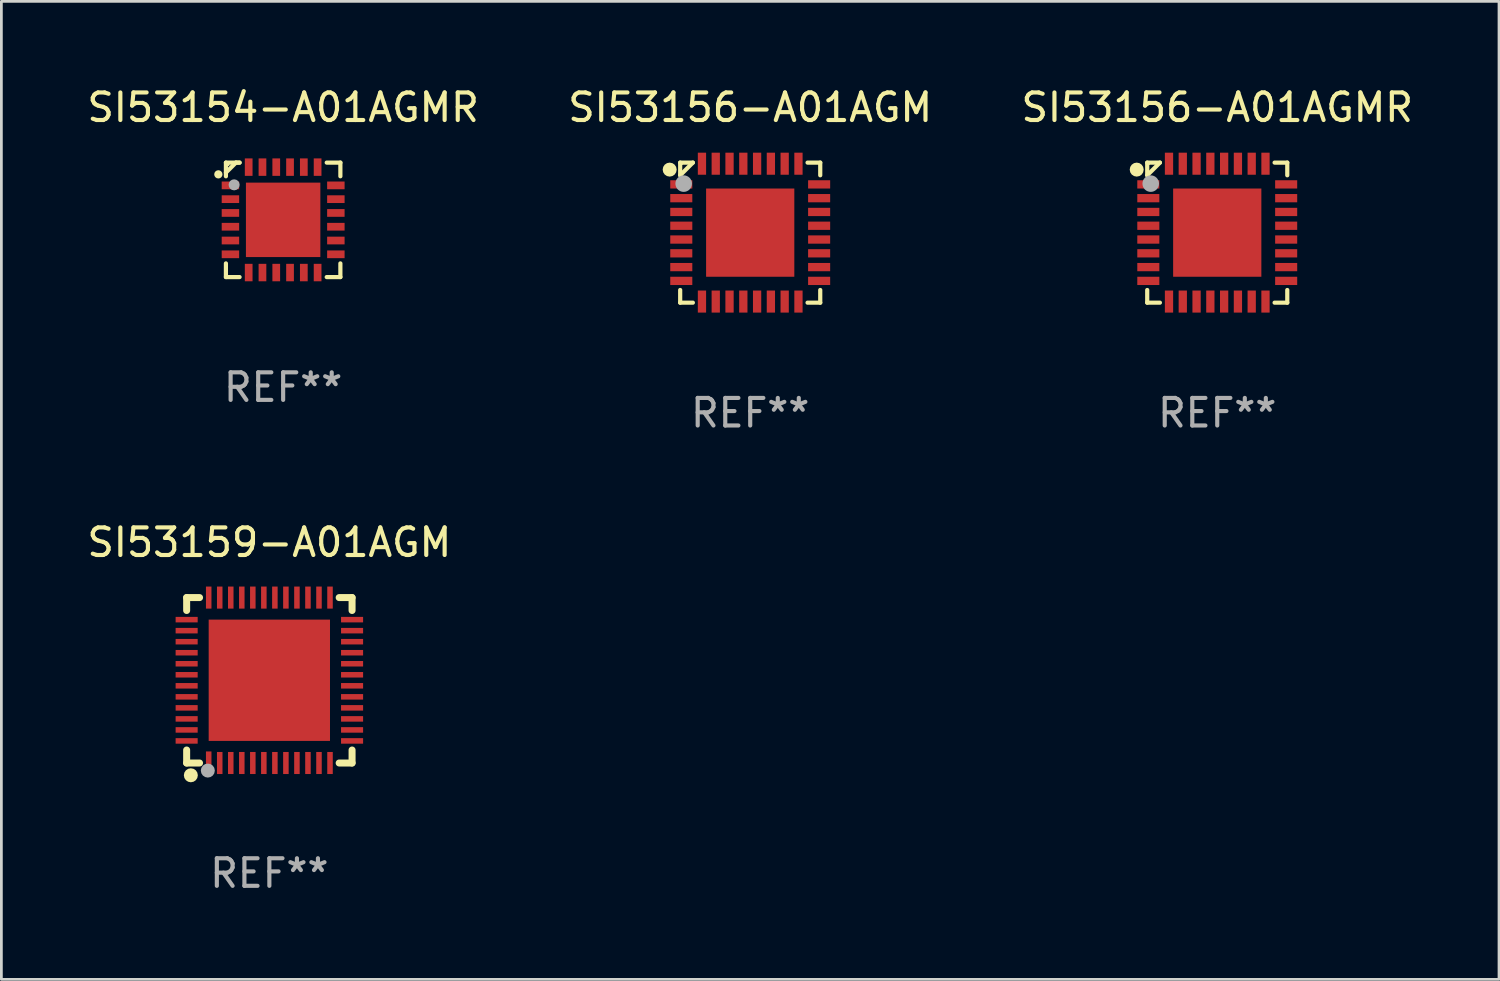
<source format=kicad_pcb>
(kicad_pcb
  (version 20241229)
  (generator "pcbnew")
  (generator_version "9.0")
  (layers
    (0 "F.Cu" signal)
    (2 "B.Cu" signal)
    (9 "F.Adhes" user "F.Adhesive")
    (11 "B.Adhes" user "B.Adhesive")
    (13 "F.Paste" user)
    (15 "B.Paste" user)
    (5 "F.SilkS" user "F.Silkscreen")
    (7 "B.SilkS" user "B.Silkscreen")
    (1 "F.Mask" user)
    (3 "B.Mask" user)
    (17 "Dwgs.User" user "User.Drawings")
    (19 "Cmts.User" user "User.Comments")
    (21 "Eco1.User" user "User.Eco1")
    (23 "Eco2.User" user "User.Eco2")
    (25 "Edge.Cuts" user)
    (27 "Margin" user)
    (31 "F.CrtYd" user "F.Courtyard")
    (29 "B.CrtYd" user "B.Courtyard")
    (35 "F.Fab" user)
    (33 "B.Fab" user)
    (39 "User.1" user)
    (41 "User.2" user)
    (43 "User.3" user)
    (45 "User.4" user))
  (footprint "SI53159-A01AGM"
    (layer "F.Cu")
    (at 6.72 21.625)
    (property "Reference" "SI53159-A01AGM" (at 0 -5 0) (layer "F.SilkS") (effects (font (size 1 1) (thickness 0.15))))
    (attr through_hole)
    (fp_line (start -3 -3) (end -2.532 -3) (stroke (width 0.254) (type solid)) (layer "F.SilkS"))
    (fp_line (start -3 -2.532) (end -3 -3) (stroke (width 0.254) (type solid)) (layer "F.SilkS"))
    (fp_line (start -3 3) (end -3 2.529) (stroke (width 0.254) (type solid)) (layer "F.SilkS"))
    (fp_line (start -2.532 3) (end -3 3) (stroke (width 0.254) (type solid)) (layer "F.SilkS"))
    (fp_line (start 2.532 -3) (end 3 -3) (stroke (width 0.254) (type solid)) (layer "F.SilkS"))
    (fp_line (start 3 -3) (end 3 -2.532) (stroke (width 0.254) (type solid)) (layer "F.SilkS"))
    (fp_line (start 3 2.529) (end 3 3) (stroke (width 0.254) (type solid)) (layer "F.SilkS"))
    (fp_line (start 3 3) (end 2.532 3) (stroke (width 0.254) (type solid)) (layer "F.SilkS"))
    (fp_circle (center -3 3) (end -2.97 3) (stroke (width 0.06) (type solid)) (fill no) (layer "F.SilkS"))
    (fp_circle (center -2.848 3.445) (end -2.721 3.445) (stroke (width 0.254) (type solid)) (fill no) (layer "F.SilkS"))
    (fp_circle (center -2.232 3.275) (end -2.105 3.275) (stroke (width 0.254) (type solid)) (fill no) (layer "F.Fab"))
    (fp_text user "REF**" (at 0 7 0) (layer "F.Fab") (effects (font (size 1 1) (thickness 0.15))))
    (pad "1" smd rect (at -2.2 2.981) (size 0.2 0.8) (layers "F.Cu" "F.Mask" "F.Paste"))
    (pad "2" smd rect (at -1.8 3) (size 0.2 0.8) (layers "F.Cu" "F.Mask" "F.Paste"))
    (pad "3" smd rect (at -1.4 3) (size 0.2 0.8) (layers "F.Cu" "F.Mask" "F.Paste"))
    (pad "4" smd rect (at -1 3) (size 0.2 0.8) (layers "F.Cu" "F.Mask" "F.Paste"))
    (pad "5" smd rect (at -0.6 3) (size 0.2 0.8) (layers "F.Cu" "F.Mask" "F.Paste"))
    (pad "6" smd rect (at -0.2 3) (size 0.2 0.8) (layers "F.Cu" "F.Mask" "F.Paste"))
    (pad "7" smd rect (at 0.2 3) (size 0.2 0.8) (layers "F.Cu" "F.Mask" "F.Paste"))
    (pad "8" smd rect (at 0.6 3) (size 0.2 0.8) (layers "F.Cu" "F.Mask" "F.Paste"))
    (pad "9" smd rect (at 1 3) (size 0.2 0.8) (layers "F.Cu" "F.Mask" "F.Paste"))
    (pad "10" smd rect (at 1.4 3) (size 0.2 0.8) (layers "F.Cu" "F.Mask" "F.Paste"))
    (pad "11" smd rect (at 1.8 3) (size 0.2 0.8) (layers "F.Cu" "F.Mask" "F.Paste"))
    (pad "12" smd rect (at 2.2 3) (size 0.2 0.8) (layers "F.Cu" "F.Mask" "F.Paste"))
    (pad "13" smd rect (at 3 2.199) (size 0.8 0.2) (layers "F.Cu" "F.Mask" "F.Paste"))
    (pad "14" smd rect (at 3 1.8) (size 0.8 0.2) (layers "F.Cu" "F.Mask" "F.Paste"))
    (pad "15" smd rect (at 3 1.4) (size 0.8 0.2) (layers "F.Cu" "F.Mask" "F.Paste"))
    (pad "16" smd rect (at 3 1) (size 0.8 0.2) (layers "F.Cu" "F.Mask" "F.Paste"))
    (pad "17" smd rect (at 3 0.6) (size 0.8 0.2) (layers "F.Cu" "F.Mask" "F.Paste"))
    (pad "18" smd rect (at 3 0.2) (size 0.8 0.2) (layers "F.Cu" "F.Mask" "F.Paste"))
    (pad "19" smd rect (at 3 -0.2) (size 0.8 0.2) (layers "F.Cu" "F.Mask" "F.Paste"))
    (pad "20" smd rect (at 3 -0.6) (size 0.8 0.2) (layers "F.Cu" "F.Mask" "F.Paste"))
    (pad "21" smd rect (at 3 -1) (size 0.8 0.2) (layers "F.Cu" "F.Mask" "F.Paste"))
    (pad "22" smd rect (at 3 -1.4) (size 0.8 0.2) (layers "F.Cu" "F.Mask" "F.Paste"))
    (pad "23" smd rect (at 3 -1.8) (size 0.8 0.2) (layers "F.Cu" "F.Mask" "F.Paste"))
    (pad "24" smd rect (at 3 -2.2) (size 0.8 0.2) (layers "F.Cu" "F.Mask" "F.Paste"))
    (pad "25" smd rect (at 2.2 -3) (size 0.2 0.8) (layers "F.Cu" "F.Mask" "F.Paste"))
    (pad "26" smd rect (at 1.8 -3) (size 0.2 0.8) (layers "F.Cu" "F.Mask" "F.Paste"))
    (pad "27" smd rect (at 1.4 -3) (size 0.2 0.8) (layers "F.Cu" "F.Mask" "F.Paste"))
    (pad "28" smd rect (at 1 -3) (size 0.2 0.8) (layers "F.Cu" "F.Mask" "F.Paste"))
    (pad "29" smd rect (at 0.6 -3) (size 0.2 0.8) (layers "F.Cu" "F.Mask" "F.Paste"))
    (pad "30" smd rect (at 0.2 -3) (size 0.2 0.8) (layers "F.Cu" "F.Mask" "F.Paste"))
    (pad "31" smd rect (at -0.2 -3) (size 0.2 0.8) (layers "F.Cu" "F.Mask" "F.Paste"))
    (pad "32" smd rect (at -0.6 -3) (size 0.2 0.8) (layers "F.Cu" "F.Mask" "F.Paste"))
    (pad "33" smd rect (at -1 -3) (size 0.2 0.8) (layers "F.Cu" "F.Mask" "F.Paste"))
    (pad "34" smd rect (at -1.4 -3) (size 0.2 0.8) (layers "F.Cu" "F.Mask" "F.Paste"))
    (pad "35" smd rect (at -1.8 -3) (size 0.2 0.8) (layers "F.Cu" "F.Mask" "F.Paste"))
    (pad "36" smd rect (at -2.2 -3) (size 0.2 0.8) (layers "F.Cu" "F.Mask" "F.Paste"))
    (pad "37" smd rect (at -3 -2.2) (size 0.8 0.2) (layers "F.Cu" "F.Mask" "F.Paste"))
    (pad "38" smd rect (at -3 -1.8) (size 0.8 0.2) (layers "F.Cu" "F.Mask" "F.Paste"))
    (pad "39" smd rect (at -3 -1.4) (size 0.8 0.2) (layers "F.Cu" "F.Mask" "F.Paste"))
    (pad "40" smd rect (at -3 -1) (size 0.8 0.2) (layers "F.Cu" "F.Mask" "F.Paste"))
    (pad "41" smd rect (at -3 -0.6) (size 0.8 0.2) (layers "F.Cu" "F.Mask" "F.Paste"))
    (pad "42" smd rect (at -3 -0.2) (size 0.8 0.2) (layers "F.Cu" "F.Mask" "F.Paste"))
    (pad "43" smd rect (at -3 0.2) (size 0.8 0.2) (layers "F.Cu" "F.Mask" "F.Paste"))
    (pad "44" smd rect (at -3 0.6) (size 0.8 0.2) (layers "F.Cu" "F.Mask" "F.Paste"))
    (pad "45" smd rect (at -3 1) (size 0.8 0.2) (layers "F.Cu" "F.Mask" "F.Paste"))
    (pad "46" smd rect (at -3 1.4) (size 0.8 0.2) (layers "F.Cu" "F.Mask" "F.Paste"))
    (pad "47" smd rect (at -3 1.8) (size 0.8 0.2) (layers "F.Cu" "F.Mask" "F.Paste"))
    (pad "48" smd rect (at -3 2.199) (size 0.8 0.2) (layers "F.Cu" "F.Mask" "F.Paste"))
    (pad "49" smd rect (at -0.001 -0.001) (size 4.4 4.4) (layers "F.Cu" "F.Mask" "F.Paste")))
  (footprint "SI53156-A01AGM"
    (layer "F.Cu")
    (at 24.161 5.388)
    (property "Reference" "SI53156-A01AGM" (at 0 -4.54 0) (layer "F.SilkS") (effects (font (size 1 1) (thickness 0.15))))
    (attr through_hole)
    (fp_line (start -2.54 -2.54) (end -2.08 -2.54) (stroke (width 0.152) (type solid)) (layer "F.SilkS"))
    (fp_line (start -2.54 -2.08) (end -2.54 -2.54) (stroke (width 0.152) (type solid)) (layer "F.SilkS"))
    (fp_line (start -2.54 -2.08) (end -2.08 -2.54) (stroke (width 0.152) (type solid)) (layer "F.SilkS"))
    (fp_line (start -2.54 2.54) (end -2.54 2.08) (stroke (width 0.152) (type solid)) (layer "F.SilkS"))
    (fp_line (start -2.08 2.54) (end -2.54 2.54) (stroke (width 0.152) (type solid)) (layer "F.SilkS"))
    (fp_line (start 2.08 -2.54) (end 2.54 -2.54) (stroke (width 0.152) (type solid)) (layer "F.SilkS"))
    (fp_line (start 2.54 -2.54) (end 2.54 -2.08) (stroke (width 0.152) (type solid)) (layer "F.SilkS"))
    (fp_line (start 2.54 2.08) (end 2.54 2.54) (stroke (width 0.152) (type solid)) (layer "F.SilkS"))
    (fp_line (start 2.54 2.54) (end 2.08 2.54) (stroke (width 0.152) (type solid)) (layer "F.SilkS"))
    (fp_circle (center -2.921 -2.286) (end -2.794 -2.286) (stroke (width 0.254) (type solid)) (fill no) (layer "F.SilkS"))
    (fp_circle (center -2.5 -2.5) (end -2.47 -2.5) (stroke (width 0.06) (type solid)) (fill no) (layer "F.SilkS"))
    (fp_circle (center -2.413 -1.778) (end -2.263 -1.778) (stroke (width 0.3) (type solid)) (fill no) (layer "F.Fab"))
    (fp_text user "REF**" (at 0 6.54 0) (layer "F.Fab") (effects (font (size 1 1) (thickness 0.15))))
    (pad "1" smd rect (at -2.5 -1.75 90) (size 0.3 0.8) (layers "F.Cu" "F.Mask" "F.Paste"))
    (pad "2" smd rect (at -2.5 -1.25 90) (size 0.3 0.8) (layers "F.Cu" "F.Mask" "F.Paste"))
    (pad "3" smd rect (at -2.5 -0.75 90) (size 0.3 0.8) (layers "F.Cu" "F.Mask" "F.Paste"))
    (pad "4" smd rect (at -2.5 -0.25 90) (size 0.3 0.8) (layers "F.Cu" "F.Mask" "F.Paste"))
    (pad "5" smd rect (at -2.5 0.25 90) (size 0.3 0.8) (layers "F.Cu" "F.Mask" "F.Paste"))
    (pad "6" smd rect (at -2.5 0.75 90) (size 0.3 0.8) (layers "F.Cu" "F.Mask" "F.Paste"))
    (pad "7" smd rect (at -2.5 1.25 90) (size 0.3 0.8) (layers "F.Cu" "F.Mask" "F.Paste"))
    (pad "8" smd rect (at -2.5 1.75 90) (size 0.3 0.8) (layers "F.Cu" "F.Mask" "F.Paste"))
    (pad "9" smd rect (at -1.75 2.5 180) (size 0.3 0.8) (layers "F.Cu" "F.Mask" "F.Paste"))
    (pad "10" smd rect (at -1.25 2.5 180) (size 0.3 0.8) (layers "F.Cu" "F.Mask" "F.Paste"))
    (pad "11" smd rect (at -0.75 2.5 180) (size 0.3 0.8) (layers "F.Cu" "F.Mask" "F.Paste"))
    (pad "12" smd rect (at -0.25 2.5 180) (size 0.3 0.8) (layers "F.Cu" "F.Mask" "F.Paste"))
    (pad "13" smd rect (at 0.25 2.5 180) (size 0.3 0.8) (layers "F.Cu" "F.Mask" "F.Paste"))
    (pad "14" smd rect (at 0.75 2.5 180) (size 0.3 0.8) (layers "F.Cu" "F.Mask" "F.Paste"))
    (pad "15" smd rect (at 1.25 2.5 180) (size 0.3 0.8) (layers "F.Cu" "F.Mask" "F.Paste"))
    (pad "16" smd rect (at 1.75 2.5 180) (size 0.3 0.8) (layers "F.Cu" "F.Mask" "F.Paste"))
    (pad "17" smd rect (at 2.5 1.75 270) (size 0.3 0.8) (layers "F.Cu" "F.Mask" "F.Paste"))
    (pad "18" smd rect (at 2.5 1.25 270) (size 0.3 0.8) (layers "F.Cu" "F.Mask" "F.Paste"))
    (pad "19" smd rect (at 2.5 0.75 270) (size 0.3 0.8) (layers "F.Cu" "F.Mask" "F.Paste"))
    (pad "20" smd rect (at 2.5 0.25 270) (size 0.3 0.8) (layers "F.Cu" "F.Mask" "F.Paste"))
    (pad "21" smd rect (at 2.5 -0.25 270) (size 0.3 0.8) (layers "F.Cu" "F.Mask" "F.Paste"))
    (pad "22" smd rect (at 2.5 -0.75 270) (size 0.3 0.8) (layers "F.Cu" "F.Mask" "F.Paste"))
    (pad "23" smd rect (at 2.5 -1.25 270) (size 0.3 0.8) (layers "F.Cu" "F.Mask" "F.Paste"))
    (pad "24" smd rect (at 2.5 -1.75 270) (size 0.3 0.8) (layers "F.Cu" "F.Mask" "F.Paste"))
    (pad "25" smd rect (at 1.75 -2.5) (size 0.3 0.8) (layers "F.Cu" "F.Mask" "F.Paste"))
    (pad "26" smd rect (at 1.25 -2.5) (size 0.3 0.8) (layers "F.Cu" "F.Mask" "F.Paste"))
    (pad "27" smd rect (at 0.75 -2.5) (size 0.3 0.8) (layers "F.Cu" "F.Mask" "F.Paste"))
    (pad "28" smd rect (at 0.25 -2.5) (size 0.3 0.8) (layers "F.Cu" "F.Mask" "F.Paste"))
    (pad "29" smd rect (at -0.25 -2.5) (size 0.3 0.8) (layers "F.Cu" "F.Mask" "F.Paste"))
    (pad "30" smd rect (at -0.75 -2.5) (size 0.3 0.8) (layers "F.Cu" "F.Mask" "F.Paste"))
    (pad "31" smd rect (at -1.25 -2.5) (size 0.3 0.8) (layers "F.Cu" "F.Mask" "F.Paste"))
    (pad "32" smd rect (at -1.75 -2.5) (size 0.3 0.8) (layers "F.Cu" "F.Mask" "F.Paste"))
    (pad "33" smd rect (at 0 0 90) (size 3.2 3.2) (layers "F.Cu" "F.Mask" "F.Paste")))
  (footprint "SI53156-A01AGMR"
    (layer "F.Cu")
    (at 41.101 5.388)
    (property "Reference" "SI53156-A01AGMR" (at 0 -4.54 0) (layer "F.SilkS") (effects (font (size 1 1) (thickness 0.15))))
    (attr through_hole)
    (fp_line (start -2.54 -2.54) (end -2.08 -2.54) (stroke (width 0.152) (type solid)) (layer "F.SilkS"))
    (fp_line (start -2.54 -2.08) (end -2.54 -2.54) (stroke (width 0.152) (type solid)) (layer "F.SilkS"))
    (fp_line (start -2.54 -2.08) (end -2.08 -2.54) (stroke (width 0.152) (type solid)) (layer "F.SilkS"))
    (fp_line (start -2.54 2.54) (end -2.54 2.08) (stroke (width 0.152) (type solid)) (layer "F.SilkS"))
    (fp_line (start -2.08 2.54) (end -2.54 2.54) (stroke (width 0.152) (type solid)) (layer "F.SilkS"))
    (fp_line (start 2.08 -2.54) (end 2.54 -2.54) (stroke (width 0.152) (type solid)) (layer "F.SilkS"))
    (fp_line (start 2.54 -2.54) (end 2.54 -2.08) (stroke (width 0.152) (type solid)) (layer "F.SilkS"))
    (fp_line (start 2.54 2.08) (end 2.54 2.54) (stroke (width 0.152) (type solid)) (layer "F.SilkS"))
    (fp_line (start 2.54 2.54) (end 2.08 2.54) (stroke (width 0.152) (type solid)) (layer "F.SilkS"))
    (fp_circle (center -2.921 -2.286) (end -2.794 -2.286) (stroke (width 0.254) (type solid)) (fill no) (layer "F.SilkS"))
    (fp_circle (center -2.5 -2.5) (end -2.47 -2.5) (stroke (width 0.06) (type solid)) (fill no) (layer "F.SilkS"))
    (fp_circle (center -2.413 -1.778) (end -2.263 -1.778) (stroke (width 0.3) (type solid)) (fill no) (layer "F.Fab"))
    (fp_text user "REF**" (at 0 6.54 0) (layer "F.Fab") (effects (font (size 1 1) (thickness 0.15))))
    (pad "1" smd rect (at -2.5 -1.75 90) (size 0.3 0.8) (layers "F.Cu" "F.Mask" "F.Paste"))
    (pad "2" smd rect (at -2.5 -1.25 90) (size 0.3 0.8) (layers "F.Cu" "F.Mask" "F.Paste"))
    (pad "3" smd rect (at -2.5 -0.75 90) (size 0.3 0.8) (layers "F.Cu" "F.Mask" "F.Paste"))
    (pad "4" smd rect (at -2.5 -0.25 90) (size 0.3 0.8) (layers "F.Cu" "F.Mask" "F.Paste"))
    (pad "5" smd rect (at -2.5 0.25 90) (size 0.3 0.8) (layers "F.Cu" "F.Mask" "F.Paste"))
    (pad "6" smd rect (at -2.5 0.75 90) (size 0.3 0.8) (layers "F.Cu" "F.Mask" "F.Paste"))
    (pad "7" smd rect (at -2.5 1.25 90) (size 0.3 0.8) (layers "F.Cu" "F.Mask" "F.Paste"))
    (pad "8" smd rect (at -2.5 1.75 90) (size 0.3 0.8) (layers "F.Cu" "F.Mask" "F.Paste"))
    (pad "9" smd rect (at -1.75 2.5 180) (size 0.3 0.8) (layers "F.Cu" "F.Mask" "F.Paste"))
    (pad "10" smd rect (at -1.25 2.5 180) (size 0.3 0.8) (layers "F.Cu" "F.Mask" "F.Paste"))
    (pad "11" smd rect (at -0.75 2.5 180) (size 0.3 0.8) (layers "F.Cu" "F.Mask" "F.Paste"))
    (pad "12" smd rect (at -0.25 2.5 180) (size 0.3 0.8) (layers "F.Cu" "F.Mask" "F.Paste"))
    (pad "13" smd rect (at 0.25 2.5 180) (size 0.3 0.8) (layers "F.Cu" "F.Mask" "F.Paste"))
    (pad "14" smd rect (at 0.75 2.5 180) (size 0.3 0.8) (layers "F.Cu" "F.Mask" "F.Paste"))
    (pad "15" smd rect (at 1.25 2.5 180) (size 0.3 0.8) (layers "F.Cu" "F.Mask" "F.Paste"))
    (pad "16" smd rect (at 1.75 2.5 180) (size 0.3 0.8) (layers "F.Cu" "F.Mask" "F.Paste"))
    (pad "17" smd rect (at 2.5 1.75 270) (size 0.3 0.8) (layers "F.Cu" "F.Mask" "F.Paste"))
    (pad "18" smd rect (at 2.5 1.25 270) (size 0.3 0.8) (layers "F.Cu" "F.Mask" "F.Paste"))
    (pad "19" smd rect (at 2.5 0.75 270) (size 0.3 0.8) (layers "F.Cu" "F.Mask" "F.Paste"))
    (pad "20" smd rect (at 2.5 0.25 270) (size 0.3 0.8) (layers "F.Cu" "F.Mask" "F.Paste"))
    (pad "21" smd rect (at 2.5 -0.25 270) (size 0.3 0.8) (layers "F.Cu" "F.Mask" "F.Paste"))
    (pad "22" smd rect (at 2.5 -0.75 270) (size 0.3 0.8) (layers "F.Cu" "F.Mask" "F.Paste"))
    (pad "23" smd rect (at 2.5 -1.25 270) (size 0.3 0.8) (layers "F.Cu" "F.Mask" "F.Paste"))
    (pad "24" smd rect (at 2.5 -1.75 270) (size 0.3 0.8) (layers "F.Cu" "F.Mask" "F.Paste"))
    (pad "25" smd rect (at 1.75 -2.5) (size 0.3 0.8) (layers "F.Cu" "F.Mask" "F.Paste"))
    (pad "26" smd rect (at 1.25 -2.5) (size 0.3 0.8) (layers "F.Cu" "F.Mask" "F.Paste"))
    (pad "27" smd rect (at 0.75 -2.5) (size 0.3 0.8) (layers "F.Cu" "F.Mask" "F.Paste"))
    (pad "28" smd rect (at 0.25 -2.5) (size 0.3 0.8) (layers "F.Cu" "F.Mask" "F.Paste"))
    (pad "29" smd rect (at -0.25 -2.5) (size 0.3 0.8) (layers "F.Cu" "F.Mask" "F.Paste"))
    (pad "30" smd rect (at -0.75 -2.5) (size 0.3 0.8) (layers "F.Cu" "F.Mask" "F.Paste"))
    (pad "31" smd rect (at -1.25 -2.5) (size 0.3 0.8) (layers "F.Cu" "F.Mask" "F.Paste"))
    (pad "32" smd rect (at -1.75 -2.5) (size 0.3 0.8) (layers "F.Cu" "F.Mask" "F.Paste"))
    (pad "33" smd rect (at 0 0 90) (size 3.2 3.2) (layers "F.Cu" "F.Mask" "F.Paste")))
  (footprint "SI53154-A01AGMR"
    (layer "F.Cu")
    (at 7.22 4.924)
    (property "Reference" "SI53154-A01AGMR" (at 0 -4.076 0) (layer "F.SilkS") (effects (font (size 1 1) (thickness 0.15))))
    (attr through_hole)
    (fp_line (start -2.076 -2.076) (end -2.076 -1.58) (stroke (width 0.152) (type solid)) (layer "F.SilkS"))
    (fp_line (start -2.076 2.076) (end -2.076 1.58) (stroke (width 0.152) (type solid)) (layer "F.SilkS"))
    (fp_line (start -1.713 -2.076) (end -2.076 -1.713) (stroke (width 0.152) (type solid)) (layer "F.SilkS"))
    (fp_line (start -1.58 -2.076) (end -2.076 -2.076) (stroke (width 0.152) (type solid)) (layer "F.SilkS"))
    (fp_line (start -1.58 -2.076) (end -1.713 -2.076) (stroke (width 0.152) (type solid)) (layer "F.SilkS"))
    (fp_line (start -1.58 2.076) (end -2.076 2.076) (stroke (width 0.152) (type solid)) (layer "F.SilkS"))
    (fp_line (start 1.58 -2.076) (end 2.076 -2.076) (stroke (width 0.152) (type solid)) (layer "F.SilkS"))
    (fp_line (start 1.58 2.076) (end 2.076 2.076) (stroke (width 0.152) (type solid)) (layer "F.SilkS"))
    (fp_line (start 2.076 -2.076) (end 2.076 -1.58) (stroke (width 0.152) (type solid)) (layer "F.SilkS"))
    (fp_line (start 2.076 2.076) (end 2.076 1.58) (stroke (width 0.152) (type solid)) (layer "F.SilkS"))
    (fp_circle (center -2.35 -1.65) (end -2.275 -1.65) (stroke (width 0.15) (type solid)) (fill no) (layer "F.SilkS"))
    (fp_circle (center -2 -2) (end -1.97 -2) (stroke (width 0.06) (type solid)) (fill no) (layer "F.SilkS"))
    (fp_circle (center -1.778 -1.27) (end -1.678 -1.27) (stroke (width 0.2) (type solid)) (fill no) (layer "F.Fab"))
    (fp_text user "REF**" (at 0 6.076 0) (layer "F.Fab") (effects (font (size 1 1) (thickness 0.15))))
    (pad "1" smd rect (at -1.912 -1.25) (size 0.633 0.28) (layers "F.Cu" "F.Mask" "F.Paste"))
    (pad "2" smd rect (at -1.912 -0.75) (size 0.633 0.28) (layers "F.Cu" "F.Mask" "F.Paste"))
    (pad "3" smd rect (at -1.912 -0.25) (size 0.633 0.28) (layers "F.Cu" "F.Mask" "F.Paste"))
    (pad "4" smd rect (at -1.912 0.25) (size 0.633 0.28) (layers "F.Cu" "F.Mask" "F.Paste"))
    (pad "5" smd rect (at -1.912 0.75) (size 0.633 0.28) (layers "F.Cu" "F.Mask" "F.Paste"))
    (pad "6" smd rect (at -1.912 1.25) (size 0.633 0.28) (layers "F.Cu" "F.Mask" "F.Paste"))
    (pad "7" smd rect (at -1.25 1.912) (size 0.28 0.633) (layers "F.Cu" "F.Mask" "F.Paste"))
    (pad "8" smd rect (at -0.75 1.912) (size 0.28 0.633) (layers "F.Cu" "F.Mask" "F.Paste"))
    (pad "9" smd rect (at -0.25 1.912) (size 0.28 0.633) (layers "F.Cu" "F.Mask" "F.Paste"))
    (pad "10" smd rect (at 0.25 1.912) (size 0.28 0.633) (layers "F.Cu" "F.Mask" "F.Paste"))
    (pad "11" smd rect (at 0.75 1.912) (size 0.28 0.633) (layers "F.Cu" "F.Mask" "F.Paste"))
    (pad "12" smd rect (at 1.25 1.912) (size 0.28 0.633) (layers "F.Cu" "F.Mask" "F.Paste"))
    (pad "13" smd rect (at 1.912 1.25) (size 0.633 0.28) (layers "F.Cu" "F.Mask" "F.Paste"))
    (pad "14" smd rect (at 1.912 0.75) (size 0.633 0.28) (layers "F.Cu" "F.Mask" "F.Paste"))
    (pad "15" smd rect (at 1.912 0.25) (size 0.633 0.28) (layers "F.Cu" "F.Mask" "F.Paste"))
    (pad "16" smd rect (at 1.912 -0.25) (size 0.633 0.28) (layers "F.Cu" "F.Mask" "F.Paste"))
    (pad "17" smd rect (at 1.912 -0.75) (size 0.633 0.28) (layers "F.Cu" "F.Mask" "F.Paste"))
    (pad "18" smd rect (at 1.912 -1.25) (size 0.633 0.28) (layers "F.Cu" "F.Mask" "F.Paste"))
    (pad "19" smd rect (at 1.25 -1.912) (size 0.28 0.633) (layers "F.Cu" "F.Mask" "F.Paste"))
    (pad "20" smd rect (at 0.75 -1.912) (size 0.28 0.633) (layers "F.Cu" "F.Mask" "F.Paste"))
    (pad "21" smd rect (at 0.25 -1.912) (size 0.28 0.633) (layers "F.Cu" "F.Mask" "F.Paste"))
    (pad "22" smd rect (at -0.25 -1.912) (size 0.28 0.633) (layers "F.Cu" "F.Mask" "F.Paste"))
    (pad "23" smd rect (at -0.75 -1.912) (size 0.28 0.633) (layers "F.Cu" "F.Mask" "F.Paste"))
    (pad "24" smd rect (at -1.25 -1.912) (size 0.28 0.633) (layers "F.Cu" "F.Mask" "F.Paste"))
    (pad "25" smd rect (at 0 0) (size 2.7 2.7) (layers "F.Cu" "F.Mask" "F.Paste")))
  (gr_rect
    (start -3 -3)
    (end 51.321 32.473)
    (stroke (width 0.1) (type default))
    (fill no)
    (layer "Edge.Cuts")))
</source>
